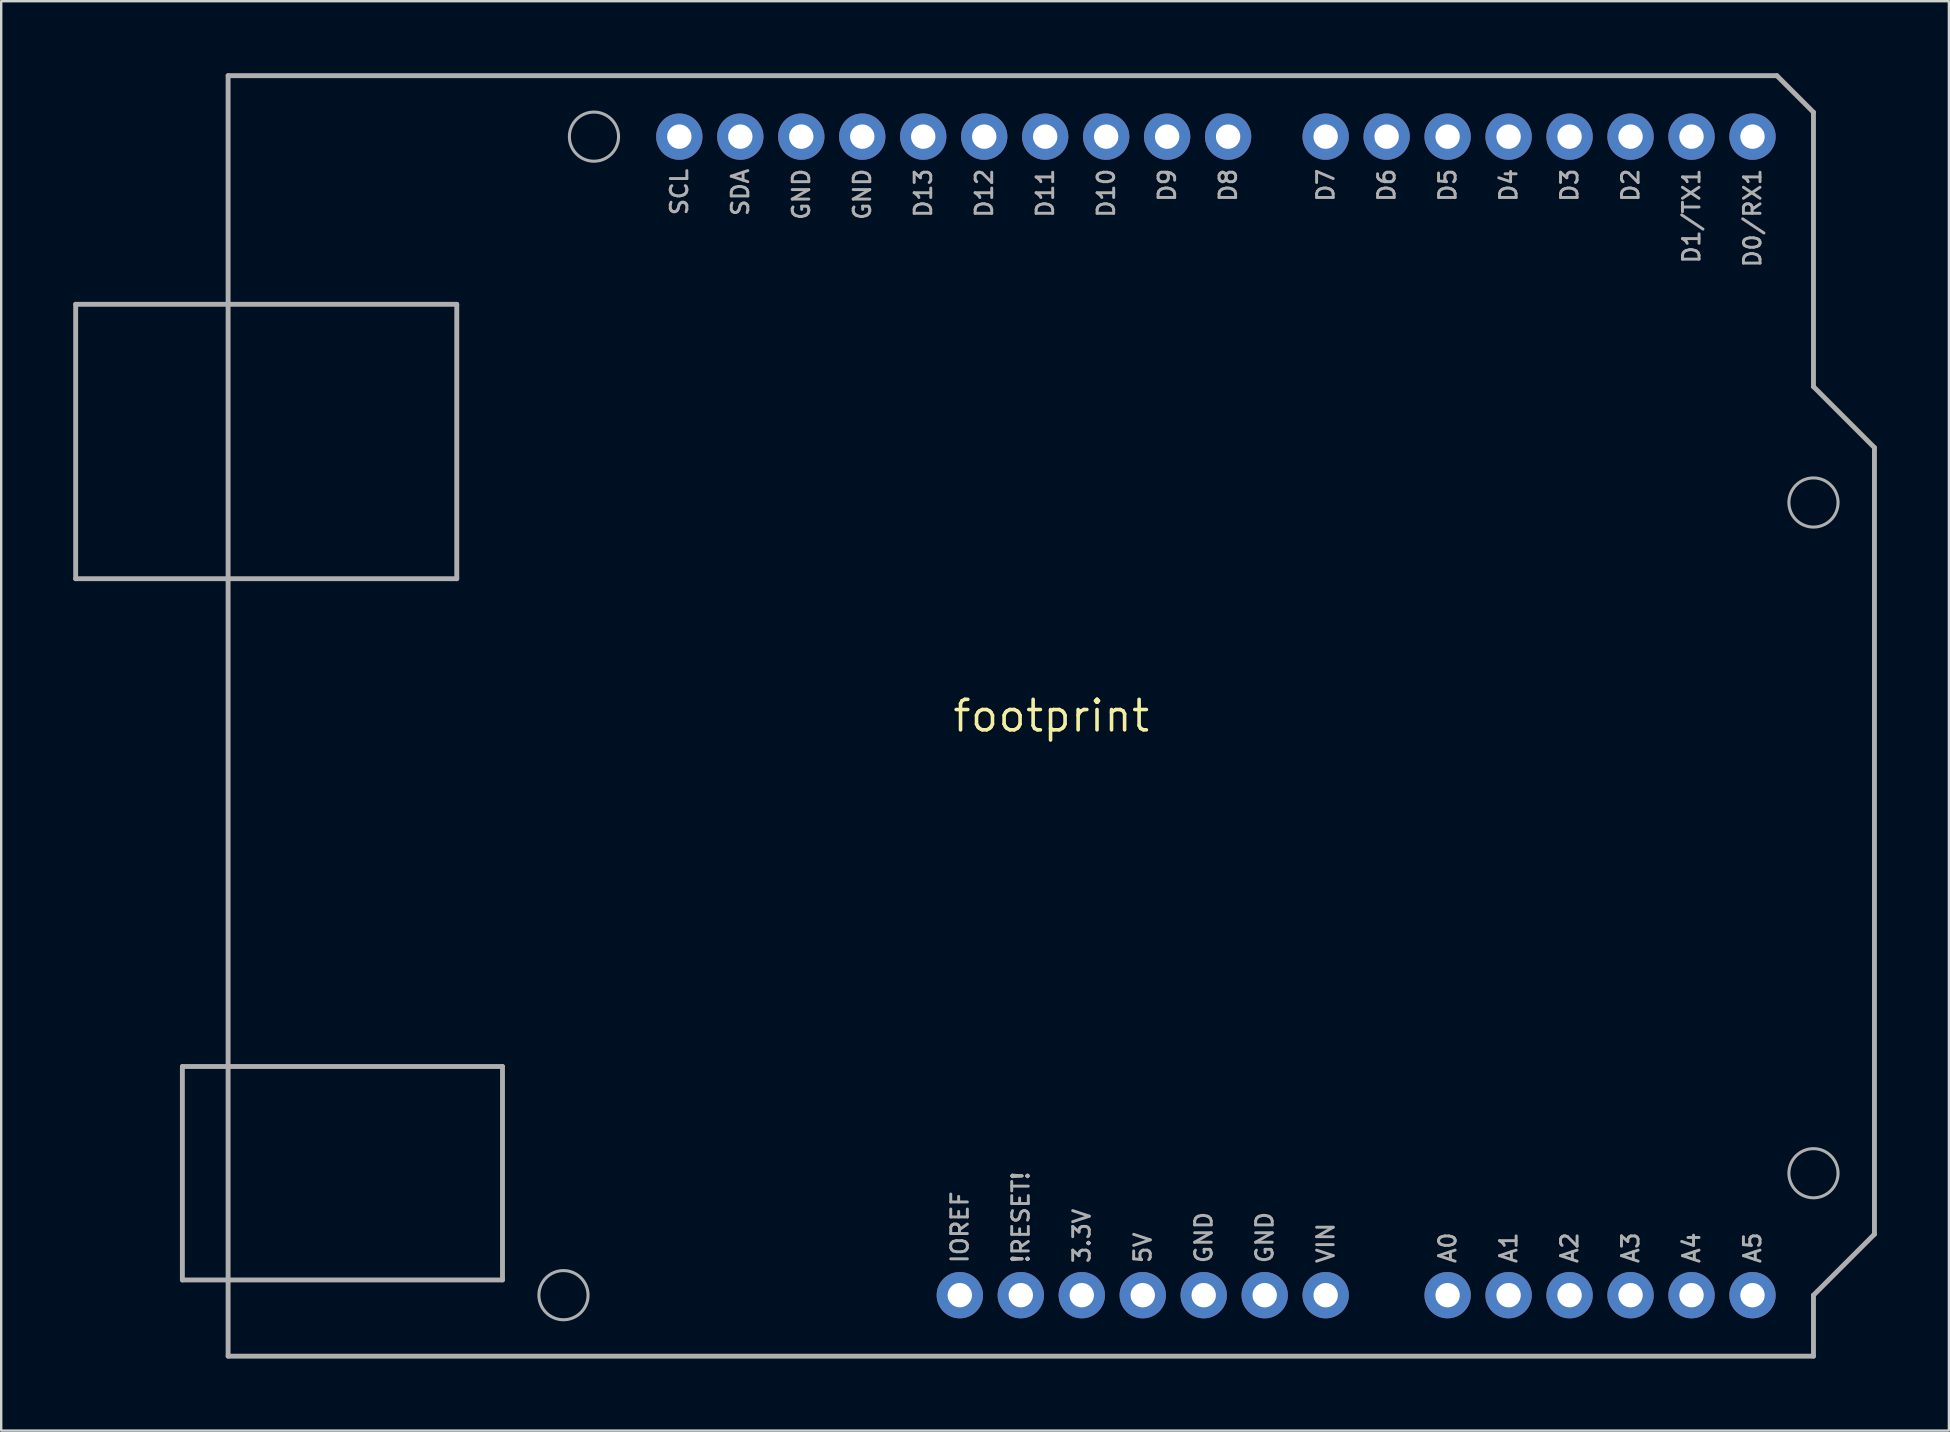
<source format=kicad_pcb>
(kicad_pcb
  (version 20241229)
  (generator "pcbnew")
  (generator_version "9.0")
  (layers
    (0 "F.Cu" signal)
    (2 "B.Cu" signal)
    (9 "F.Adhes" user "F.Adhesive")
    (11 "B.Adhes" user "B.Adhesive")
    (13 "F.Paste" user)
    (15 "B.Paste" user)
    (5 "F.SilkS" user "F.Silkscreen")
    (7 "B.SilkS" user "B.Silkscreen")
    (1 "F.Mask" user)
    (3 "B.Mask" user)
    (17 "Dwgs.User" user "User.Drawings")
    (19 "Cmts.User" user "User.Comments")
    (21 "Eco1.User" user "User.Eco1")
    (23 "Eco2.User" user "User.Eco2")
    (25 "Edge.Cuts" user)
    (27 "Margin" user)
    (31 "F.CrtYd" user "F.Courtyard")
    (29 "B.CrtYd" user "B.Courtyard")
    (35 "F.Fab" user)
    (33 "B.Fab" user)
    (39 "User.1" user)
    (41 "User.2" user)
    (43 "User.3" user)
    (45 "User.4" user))
  (footprint "footprint"
    (layer "F.Cu")
    (at 40.742 26.772)
    (property "Reference" "footprint" (at 0 0 0) (layer "F.SilkS") (effects (font (size 1.27 1.27) (thickness 0.15))))
    (fp_line (start -40.64 -17.145) (end -24.765 -17.145) (stroke (width 0.203) (type solid)) (layer "F.Fab"))
    (fp_line (start -40.64 -5.715) (end -40.64 -17.145) (stroke (width 0.203) (type solid)) (layer "F.Fab"))
    (fp_line (start -36.195 14.605) (end -22.86 14.605) (stroke (width 0.203) (type solid)) (layer "F.Fab"))
    (fp_line (start -36.195 23.495) (end -36.195 14.605) (stroke (width 0.203) (type solid)) (layer "F.Fab"))
    (fp_line (start -34.29 -26.67) (end 30.226 -26.67) (stroke (width 0.203) (type solid)) (layer "F.Fab"))
    (fp_line (start -34.29 26.67) (end -34.29 -26.67) (stroke (width 0.203) (type solid)) (layer "F.Fab"))
    (fp_line (start -24.765 -17.145) (end -24.765 -5.715) (stroke (width 0.203) (type solid)) (layer "F.Fab"))
    (fp_line (start -24.765 -5.715) (end -40.64 -5.715) (stroke (width 0.203) (type solid)) (layer "F.Fab"))
    (fp_line (start -22.86 14.605) (end -22.86 23.495) (stroke (width 0.203) (type solid)) (layer "F.Fab"))
    (fp_line (start -22.86 23.495) (end -36.195 23.495) (stroke (width 0.203) (type solid)) (layer "F.Fab"))
    (fp_line (start 30.226 -26.67) (end 31.75 -25.146) (stroke (width 0.203) (type solid)) (layer "F.Fab"))
    (fp_line (start 31.75 -25.146) (end 31.75 -13.716) (stroke (width 0.203) (type solid)) (layer "F.Fab"))
    (fp_line (start 31.75 -13.716) (end 34.29 -11.176) (stroke (width 0.203) (type solid)) (layer "F.Fab"))
    (fp_line (start 31.75 24.13) (end 31.75 26.67) (stroke (width 0.203) (type solid)) (layer "F.Fab"))
    (fp_line (start 31.75 26.67) (end -34.29 26.67) (stroke (width 0.203) (type solid)) (layer "F.Fab"))
    (fp_line (start 34.29 -11.176) (end 34.29 21.59) (stroke (width 0.203) (type solid)) (layer "F.Fab"))
    (fp_line (start 34.29 21.59) (end 31.75 24.13) (stroke (width 0.203) (type solid)) (layer "F.Fab"))
    (fp_circle (center -20.32 24.13) (end -19.296 24.13) (stroke (width 0.127) (type solid)) (fill no) (layer "F.Fab"))
    (fp_circle (center -19.05 -24.13) (end -18.026 -24.13) (stroke (width 0.127) (type solid)) (fill no) (layer "F.Fab"))
    (fp_circle (center 31.75 -8.89) (end 32.774 -8.89) (stroke (width 0.127) (type solid)) (fill no) (layer "F.Fab"))
    (fp_circle (center 31.75 19.05) (end 32.774 19.05) (stroke (width 0.127) (type solid)) (fill no) (layer "F.Fab"))
    (fp_text user "IOREF" (at -3.81 22.86 90) (layer "F.Fab") (effects (font (size 0.691 0.691) (thickness 0.122)) (justify left)))
    (fp_text user "D9" (at 4.826 -22.86 90) (layer "F.Fab") (effects (font (size 0.691 0.691) (thickness 0.122)) (justify right)))
    (fp_text user "A1" (at 19.05 22.86 90) (layer "F.Fab") (effects (font (size 0.691 0.691) (thickness 0.122)) (justify left)))
    (fp_text user "D2" (at 24.13 -22.86 90) (layer "F.Fab") (effects (font (size 0.691 0.691) (thickness 0.122)) (justify right)))
    (fp_text user "GND" (at 6.35 22.86 90) (layer "F.Fab") (effects (font (size 0.691 0.691) (thickness 0.122)) (justify left)))
    (fp_text user "A3" (at 24.13 22.86 90) (layer "F.Fab") (effects (font (size 0.691 0.691) (thickness 0.122)) (justify left)))
    (fp_text user "5V" (at 3.81 22.86 90) (layer "F.Fab") (effects (font (size 0.691 0.691) (thickness 0.122)) (justify left)))
    (fp_text user "A0" (at 16.51 22.86 90) (layer "F.Fab") (effects (font (size 0.691 0.691) (thickness 0.122)) (justify left)))
    (fp_text user "D7" (at 11.43 -22.86 90) (layer "F.Fab") (effects (font (size 0.691 0.691) (thickness 0.122)) (justify right)))
    (fp_text user "SCL" (at -15.494 -22.86 90) (layer "F.Fab") (effects (font (size 0.691 0.691) (thickness 0.122)) (justify right)))
    (fp_text user "GND" (at 8.89 22.86 90) (layer "F.Fab") (effects (font (size 0.691 0.691) (thickness 0.122)) (justify left)))
    (fp_text user "A4" (at 26.67 22.86 90) (layer "F.Fab") (effects (font (size 0.691 0.691) (thickness 0.122)) (justify left)))
    (fp_text user "!RESET!" (at -1.27 22.86 90) (layer "F.Fab") (effects (font (size 0.691 0.691) (thickness 0.122)) (justify left)))
    (fp_text user "D1/TX1" (at 26.67 -22.86 90) (layer "F.Fab") (effects (font (size 0.691 0.691) (thickness 0.122)) (justify right)))
    (fp_text user "D5" (at 16.51 -22.86 90) (layer "F.Fab") (effects (font (size 0.691 0.691) (thickness 0.122)) (justify right)))
    (fp_text user "GND" (at -10.414 -22.86 90) (layer "F.Fab") (effects (font (size 0.691 0.691) (thickness 0.122)) (justify right)))
    (fp_text user "GND" (at -7.874 -22.86 90) (layer "F.Fab") (effects (font (size 0.691 0.691) (thickness 0.122)) (justify right)))
    (fp_text user "D8" (at 7.366 -22.86 90) (layer "F.Fab") (effects (font (size 0.691 0.691) (thickness 0.122)) (justify right)))
    (fp_text user "SDA" (at -12.954 -22.86 90) (layer "F.Fab") (effects (font (size 0.691 0.691) (thickness 0.122)) (justify right)))
    (fp_text user "D4" (at 19.05 -22.86 90) (layer "F.Fab") (effects (font (size 0.691 0.691) (thickness 0.122)) (justify right)))
    (fp_text user "A2" (at 21.59 22.86 90) (layer "F.Fab") (effects (font (size 0.691 0.691) (thickness 0.122)) (justify left)))
    (fp_text user "D11" (at -0.254 -22.86 90) (layer "F.Fab") (effects (font (size 0.691 0.691) (thickness 0.122)) (justify right)))
    (fp_text user "D12" (at -2.794 -22.86 90) (layer "F.Fab") (effects (font (size 0.691 0.691) (thickness 0.122)) (justify right)))
    (fp_text user "D6" (at 13.97 -22.86 90) (layer "F.Fab") (effects (font (size 0.691 0.691) (thickness 0.122)) (justify right)))
    (fp_text user "A5" (at 29.21 22.86 90) (layer "F.Fab") (effects (font (size 0.691 0.691) (thickness 0.122)) (justify left)))
    (fp_text user "D13" (at -5.334 -22.86 90) (layer "F.Fab") (effects (font (size 0.691 0.691) (thickness 0.122)) (justify right)))
    (fp_text user "VIN" (at 11.43 22.86 90) (layer "F.Fab") (effects (font (size 0.691 0.691) (thickness 0.122)) (justify left)))
    (fp_text user "3.3V" (at 1.27 22.86 90) (layer "F.Fab") (effects (font (size 0.691 0.691) (thickness 0.122)) (justify left)))
    (fp_text user "D3" (at 21.59 -22.86 90) (layer "F.Fab") (effects (font (size 0.691 0.691) (thickness 0.122)) (justify right)))
    (fp_text user "D0/RX1" (at 29.21 -22.86 90) (layer "F.Fab") (effects (font (size 0.691 0.691) (thickness 0.122)) (justify right)))
    (fp_text user "D10" (at 2.286 -22.86 90) (layer "F.Fab") (effects (font (size 0.691 0.691) (thickness 0.122)) (justify right)))
    (pad "3.3V" thru_hole circle (at 1.27 24.13) (size 1.93 1.93) (drill 1.016) (layers "*.Cu" "*.Mask"))
    (pad "5V" thru_hole circle (at 3.81 24.13) (size 1.93 1.93) (drill 1.016) (layers "*.Cu" "*.Mask"))
    (pad "A0" thru_hole circle (at 16.51 24.13) (size 1.93 1.93) (drill 1.016) (layers "*.Cu" "*.Mask"))
    (pad "A1" thru_hole circle (at 19.05 24.13) (size 1.93 1.93) (drill 1.016) (layers "*.Cu" "*.Mask"))
    (pad "A2" thru_hole circle (at 21.59 24.13) (size 1.93 1.93) (drill 1.016) (layers "*.Cu" "*.Mask"))
    (pad "A3" thru_hole circle (at 24.13 24.13) (size 1.93 1.93) (drill 1.016) (layers "*.Cu" "*.Mask"))
    (pad "A4" thru_hole circle (at 26.67 24.13) (size 1.93 1.93) (drill 1.016) (layers "*.Cu" "*.Mask"))
    (pad "A5" thru_hole circle (at 29.21 24.13) (size 1.93 1.93) (drill 1.016) (layers "*.Cu" "*.Mask"))
    (pad "D0" thru_hole circle (at 29.21 -24.13) (size 1.93 1.93) (drill 1.016) (layers "*.Cu" "*.Mask"))
    (pad "D1" thru_hole circle (at 26.67 -24.13) (size 1.93 1.93) (drill 1.016) (layers "*.Cu" "*.Mask"))
    (pad "D2" thru_hole circle (at 24.13 -24.13) (size 1.93 1.93) (drill 1.016) (layers "*.Cu" "*.Mask"))
    (pad "D3" thru_hole circle (at 21.59 -24.13) (size 1.93 1.93) (drill 1.016) (layers "*.Cu" "*.Mask"))
    (pad "D4" thru_hole circle (at 19.05 -24.13) (size 1.93 1.93) (drill 1.016) (layers "*.Cu" "*.Mask"))
    (pad "D5" thru_hole circle (at 16.51 -24.13) (size 1.93 1.93) (drill 1.016) (layers "*.Cu" "*.Mask"))
    (pad "D6" thru_hole circle (at 13.97 -24.13) (size 1.93 1.93) (drill 1.016) (layers "*.Cu" "*.Mask"))
    (pad "D7" thru_hole circle (at 11.43 -24.13) (size 1.93 1.93) (drill 1.016) (layers "*.Cu" "*.Mask"))
    (pad "D8" thru_hole circle (at 7.366 -24.13) (size 1.93 1.93) (drill 1.016) (layers "*.Cu" "*.Mask"))
    (pad "D9" thru_hole circle (at 4.826 -24.13) (size 1.93 1.93) (drill 1.016) (layers "*.Cu" "*.Mask"))
    (pad "D10" thru_hole circle (at 2.286 -24.13) (size 1.93 1.93) (drill 1.016) (layers "*.Cu" "*.Mask"))
    (pad "D11" thru_hole circle (at -0.254 -24.13) (size 1.93 1.93) (drill 1.016) (layers "*.Cu" "*.Mask"))
    (pad "D12" thru_hole circle (at -2.794 -24.13) (size 1.93 1.93) (drill 1.016) (layers "*.Cu" "*.Mask"))
    (pad "D13" thru_hole circle (at -5.334 -24.13) (size 1.93 1.93) (drill 1.016) (layers "*.Cu" "*.Mask"))
    (pad "GND@1" thru_hole circle (at 6.35 24.13) (size 1.93 1.93) (drill 1.016) (layers "*.Cu" "*.Mask"))
    (pad "GND@2" thru_hole circle (at 8.89 24.13) (size 1.93 1.93) (drill 1.016) (layers "*.Cu" "*.Mask"))
    (pad "GND@3" thru_hole circle (at -7.874 -24.13) (size 1.93 1.93) (drill 1.016) (layers "*.Cu" "*.Mask"))
    (pad "GND@4" thru_hole circle (at -10.414 -24.13) (size 1.93 1.93) (drill 1.016) (layers "*.Cu" "*.Mask"))
    (pad "IOREF" thru_hole circle (at -3.81 24.13) (size 1.93 1.93) (drill 1.016) (layers "*.Cu" "*.Mask"))
    (pad "RESET@1" thru_hole circle (at -1.27 24.13) (size 1.93 1.93) (drill 1.016) (layers "*.Cu" "*.Mask"))
    (pad "SCL" thru_hole circle (at -15.494 -24.13) (size 1.93 1.93) (drill 1.016) (layers "*.Cu" "*.Mask"))
    (pad "SDA" thru_hole circle (at -12.954 -24.13) (size 1.93 1.93) (drill 1.016) (layers "*.Cu" "*.Mask"))
    (pad "VIN" thru_hole circle (at 11.43 24.13) (size 1.93 1.93) (drill 1.016) (layers "*.Cu" "*.Mask")))
  (gr_rect
    (start -3 -3)
    (end 78.133 56.543)
    (stroke (width 0.1) (type default))
    (fill no)
    (layer "Edge.Cuts")))
</source>
